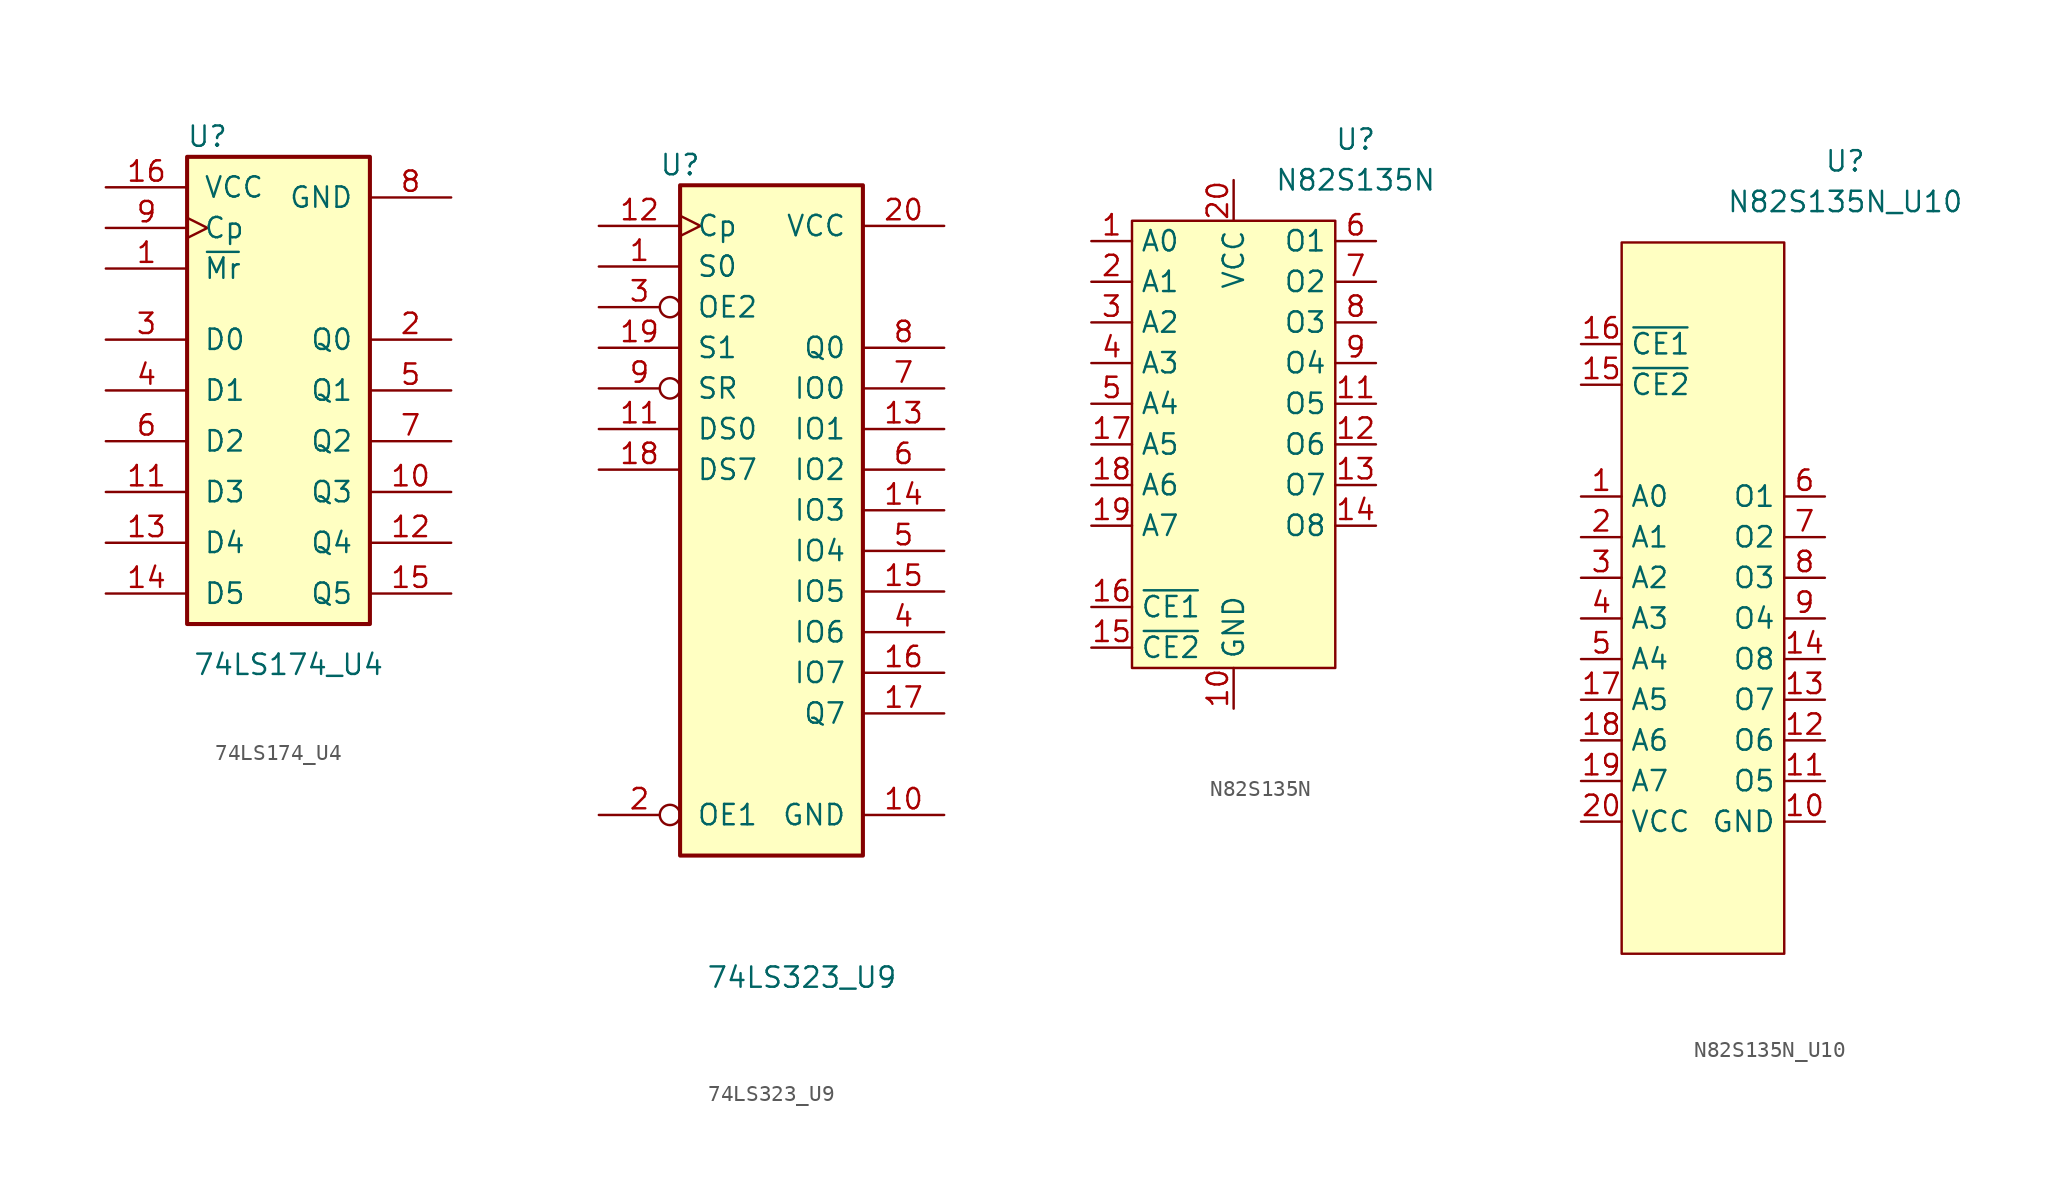
<source format=kicad_sym>
(kicad_symbol_lib
  (version 20211014)
  (generator kicad_symbol_editor)
  (symbol "74LS174_U4"
    (pin_names
      (offset 1.016))
    (property "Reference" "U"
      (at -6.35 13.97 0)
      (effects (font (size 1.27 1.27))))
    (property "Value" "74LS174_U4"
      (at -1.27 -19.05 0)
      (effects (font (size 1.27 1.27))))
    (symbol "74LS174_U4_1_0"
      (pin input line (at -12.7 5.715 0) (length 5.08) (name "~{Mr}" (effects (font (size 1.27 1.27)))) (number "1" (effects (font (size 1.27 1.27)))))
      (pin output line (at 8.89 -8.255 180) (length 5.08) (name "Q3" (effects (font (size 1.27 1.27)))) (number "10" (effects (font (size 1.27 1.27)))))
      (pin input line (at -12.7 -8.255 0) (length 5.08) (name "D3" (effects (font (size 1.27 1.27)))) (number "11" (effects (font (size 1.27 1.27)))))
      (pin output line (at 8.89 -11.43 180) (length 5.08) (name "Q4" (effects (font (size 1.27 1.27)))) (number "12" (effects (font (size 1.27 1.27)))))
      (pin input line (at -12.7 -11.43 0) (length 5.08) (name "D4" (effects (font (size 1.27 1.27)))) (number "13" (effects (font (size 1.27 1.27)))))
      (pin input line (at -12.7 -14.605 0) (length 5.08) (name "D5" (effects (font (size 1.27 1.27)))) (number "14" (effects (font (size 1.27 1.27)))))
      (pin output line (at 8.89 -14.605 180) (length 5.08) (name "Q5" (effects (font (size 1.27 1.27)))) (number "15" (effects (font (size 1.27 1.27)))))
      (pin power_in line (at -12.7 10.795 0) (length 5.08) (name "VCC" (effects (font (size 1.27 1.27)))) (number "16" (effects (font (size 1.27 1.27)))))
      (pin output line (at 8.89 1.27 180) (length 5.08) (name "Q0" (effects (font (size 1.27 1.27)))) (number "2" (effects (font (size 1.27 1.27)))))
      (pin input line (at -12.7 1.27 0) (length 5.08) (name "D0" (effects (font (size 1.27 1.27)))) (number "3" (effects (font (size 1.27 1.27)))))
      (pin input line (at -12.7 -1.905 0) (length 5.08) (name "D1" (effects (font (size 1.27 1.27)))) (number "4" (effects (font (size 1.27 1.27)))))
      (pin output line (at 8.89 -1.905 180) (length 5.08) (name "Q1" (effects (font (size 1.27 1.27)))) (number "5" (effects (font (size 1.27 1.27)))))
      (pin input line (at -12.7 -5.08 0) (length 5.08) (name "D2" (effects (font (size 1.27 1.27)))) (number "6" (effects (font (size 1.27 1.27)))))
      (pin output line (at 8.89 -5.08 180) (length 5.08) (name "Q2" (effects (font (size 1.27 1.27)))) (number "7" (effects (font (size 1.27 1.27)))))
      (pin power_in line (at 8.89 10.16 180) (length 5.08) (name "GND" (effects (font (size 1.27 1.27)))) (number "8" (effects (font (size 1.27 1.27)))))
      (pin input clock (at -12.7 8.255 0) (length 5.08) (name "Cp" (effects (font (size 1.27 1.27)))) (number "9" (effects (font (size 1.27 1.27))))))
    (symbol "74LS174_U4_1_1"
      (rectangle (start -7.62 12.7) (end 3.81 -16.51) (stroke (width 0.254) (type default) (color 0 0 0 0)) (fill (type background)))))
  (symbol "74LS323_U9"
    (pin_names
      (offset 1.016))
    (property "Reference" "U"
      (at -7.62 16.51 0)
      (effects (font (size 1.27 1.27))))
    (property "Value" "74LS323_U9"
      (at 0 -34.29 0)
      (effects (font (size 1.27 1.27))))
    (property "ki_locked" ""
      (at 0 0 0)
      (effects (font (size 1.27 1.27))))
    (symbol "74LS323_U9_1_0"
      (pin input line (at -12.7 10.16 0) (length 5.08) (name "S0" (effects (font (size 1.27 1.27)))) (number "1" (effects (font (size 1.27 1.27)))))
      (pin power_in line (at 8.89 -24.13 180) (length 5.08) (name "GND" (effects (font (size 1.27 1.27)))) (number "10" (effects (font (size 1.27 1.27)))))
      (pin input line (at -12.7 0 0) (length 5.08) (name "DS0" (effects (font (size 1.27 1.27)))) (number "11" (effects (font (size 1.27 1.27)))))
      (pin input clock (at -12.7 12.7 0) (length 5.08) (name "Cp" (effects (font (size 1.27 1.27)))) (number "12" (effects (font (size 1.27 1.27)))))
      (pin tri_state line (at 8.89 0 180) (length 5.08) (name "IO1" (effects (font (size 1.27 1.27)))) (number "13" (effects (font (size 1.27 1.27)))))
      (pin tri_state line (at 8.89 -5.08 180) (length 5.08) (name "IO3" (effects (font (size 1.27 1.27)))) (number "14" (effects (font (size 1.27 1.27)))))
      (pin tri_state line (at 8.89 -10.16 180) (length 5.08) (name "IO5" (effects (font (size 1.27 1.27)))) (number "15" (effects (font (size 1.27 1.27)))))
      (pin tri_state line (at 8.89 -15.24 180) (length 5.08) (name "IO7" (effects (font (size 1.27 1.27)))) (number "16" (effects (font (size 1.27 1.27)))))
      (pin output line (at 8.89 -17.78 180) (length 5.08) (name "Q7" (effects (font (size 1.27 1.27)))) (number "17" (effects (font (size 1.27 1.27)))))
      (pin input line (at -12.7 -2.54 0) (length 5.08) (name "DS7" (effects (font (size 1.27 1.27)))) (number "18" (effects (font (size 1.27 1.27)))))
      (pin input line (at -12.7 5.08 0) (length 5.08) (name "S1" (effects (font (size 1.27 1.27)))) (number "19" (effects (font (size 1.27 1.27)))))
      (pin input inverted (at -12.7 -24.13 0) (length 5.08) (name "OE1" (effects (font (size 1.27 1.27)))) (number "2" (effects (font (size 1.27 1.27)))))
      (pin power_in line (at 8.89 12.7 180) (length 5.08) (name "VCC" (effects (font (size 1.27 1.27)))) (number "20" (effects (font (size 1.27 1.27)))))
      (pin input inverted (at -12.7 7.62 0) (length 5.08) (name "OE2" (effects (font (size 1.27 1.27)))) (number "3" (effects (font (size 1.27 1.27)))))
      (pin tri_state line (at 8.89 -12.7 180) (length 5.08) (name "IO6" (effects (font (size 1.27 1.27)))) (number "4" (effects (font (size 1.27 1.27)))))
      (pin tri_state line (at 8.89 -7.62 180) (length 5.08) (name "IO4" (effects (font (size 1.27 1.27)))) (number "5" (effects (font (size 1.27 1.27)))))
      (pin tri_state line (at 8.89 -2.54 180) (length 5.08) (name "IO2" (effects (font (size 1.27 1.27)))) (number "6" (effects (font (size 1.27 1.27)))))
      (pin tri_state line (at 8.89 2.54 180) (length 5.08) (name "IO0" (effects (font (size 1.27 1.27)))) (number "7" (effects (font (size 1.27 1.27)))))
      (pin output line (at 8.89 5.08 180) (length 5.08) (name "Q0" (effects (font (size 1.27 1.27)))) (number "8" (effects (font (size 1.27 1.27)))))
      (pin input inverted (at -12.7 2.54 0) (length 5.08) (name "SR" (effects (font (size 1.27 1.27)))) (number "9" (effects (font (size 1.27 1.27))))))
    (symbol "74LS323_U9_1_1"
      (rectangle (start -7.62 15.24) (end 3.81 -26.67) (stroke (width 0.254) (type default) (color 0 0 0 0)) (fill (type background)))))
  (symbol "N82S135N"
    (property "Reference" "U"
      (at 7.62 17.78 0)
      (effects (font (size 1.27 1.27))))
    (property "Value" "N82S135N"
      (at 7.62 15.24 0)
      (effects (font (size 1.27 1.27))))
    (symbol "N82S135N_0_1"
      (rectangle (start -6.35 12.7) (end 6.35 -15.24) (stroke (width 0) (type default) (color 0 0 0 0)) (fill (type background))))
    (symbol "N82S135N_1_1"
      (pin input line (at -8.89 11.43 0) (length 2.54) (name "A0" (effects (font (size 1.27 1.27)))) (number "1" (effects (font (size 1.27 1.27)))))
      (pin power_in line (at 0 -17.78 90) (length 2.54) (name "GND" (effects (font (size 1.27 1.27)))) (number "10" (effects (font (size 1.27 1.27)))))
      (pin output line (at 8.89 1.27 180) (length 2.54) (name "O5" (effects (font (size 1.27 1.27)))) (number "11" (effects (font (size 1.27 1.27)))))
      (pin output line (at 8.89 -1.27 180) (length 2.54) (name "O6" (effects (font (size 1.27 1.27)))) (number "12" (effects (font (size 1.27 1.27)))))
      (pin output line (at 8.89 -3.81 180) (length 2.54) (name "O7" (effects (font (size 1.27 1.27)))) (number "13" (effects (font (size 1.27 1.27)))))
      (pin output line (at 8.89 -6.35 180) (length 2.54) (name "O8" (effects (font (size 1.27 1.27)))) (number "14" (effects (font (size 1.27 1.27)))))
      (pin input line (at -8.89 -13.97 0) (length 2.54) (name "~{CE2}" (effects (font (size 1.27 1.27)))) (number "15" (effects (font (size 1.27 1.27)))))
      (pin input line (at -8.89 -11.43 0) (length 2.54) (name "~{CE1}" (effects (font (size 1.27 1.27)))) (number "16" (effects (font (size 1.27 1.27)))))
      (pin input line (at -8.89 -1.27 0) (length 2.54) (name "A5" (effects (font (size 1.27 1.27)))) (number "17" (effects (font (size 1.27 1.27)))))
      (pin input line (at -8.89 -3.81 0) (length 2.54) (name "A6" (effects (font (size 1.27 1.27)))) (number "18" (effects (font (size 1.27 1.27)))))
      (pin input line (at -8.89 -6.35 0) (length 2.54) (name "A7" (effects (font (size 1.27 1.27)))) (number "19" (effects (font (size 1.27 1.27)))))
      (pin input line (at -8.89 8.89 0) (length 2.54) (name "A1" (effects (font (size 1.27 1.27)))) (number "2" (effects (font (size 1.27 1.27)))))
      (pin power_in line (at 0 15.24 270) (length 2.54) (name "VCC" (effects (font (size 1.27 1.27)))) (number "20" (effects (font (size 1.27 1.27)))))
      (pin input line (at -8.89 6.35 0) (length 2.54) (name "A2" (effects (font (size 1.27 1.27)))) (number "3" (effects (font (size 1.27 1.27)))))
      (pin input line (at -8.89 3.81 0) (length 2.54) (name "A3" (effects (font (size 1.27 1.27)))) (number "4" (effects (font (size 1.27 1.27)))))
      (pin input line (at -8.89 1.27 0) (length 2.54) (name "A4" (effects (font (size 1.27 1.27)))) (number "5" (effects (font (size 1.27 1.27)))))
      (pin output line (at 8.89 11.43 180) (length 2.54) (name "O1" (effects (font (size 1.27 1.27)))) (number "6" (effects (font (size 1.27 1.27)))))
      (pin output line (at 8.89 8.89 180) (length 2.54) (name "O2" (effects (font (size 1.27 1.27)))) (number "7" (effects (font (size 1.27 1.27)))))
      (pin output line (at 8.89 6.35 180) (length 2.54) (name "O3" (effects (font (size 1.27 1.27)))) (number "8" (effects (font (size 1.27 1.27)))))
      (pin output line (at 8.89 3.81 180) (length 2.54) (name "O4" (effects (font (size 1.27 1.27)))) (number "9" (effects (font (size 1.27 1.27)))))))
  (symbol "N82S135N_U10"
    (property "Reference" "U"
      (at 7.62 17.78 0)
      (effects (font (size 1.27 1.27))))
    (property "Value" "N82S135N_U10"
      (at 7.62 15.24 0)
      (effects (font (size 1.27 1.27))))
    (symbol "N82S135N_U10_0_1"
      (rectangle (start -6.35 12.7) (end 3.81 -31.75) (stroke (width 0) (type default) (color 0 0 0 0)) (fill (type background))))
    (symbol "N82S135N_U10_1_1"
      (pin input line (at -8.89 -3.175 0) (length 2.54) (name "A0" (effects (font (size 1.27 1.27)))) (number "1" (effects (font (size 1.27 1.27)))))
      (pin power_in line (at 6.35 -23.495 180) (length 2.54) (name "GND" (effects (font (size 1.27 1.27)))) (number "10" (effects (font (size 1.27 1.27)))))
      (pin output line (at 6.35 -20.955 180) (length 2.54) (name "O5" (effects (font (size 1.27 1.27)))) (number "11" (effects (font (size 1.27 1.27)))))
      (pin output line (at 6.35 -18.415 180) (length 2.54) (name "O6" (effects (font (size 1.27 1.27)))) (number "12" (effects (font (size 1.27 1.27)))))
      (pin output line (at 6.35 -15.875 180) (length 2.54) (name "O7" (effects (font (size 1.27 1.27)))) (number "13" (effects (font (size 1.27 1.27)))))
      (pin output line (at 6.35 -13.335 180) (length 2.54) (name "O8" (effects (font (size 1.27 1.27)))) (number "14" (effects (font (size 1.27 1.27)))))
      (pin input line (at -8.89 3.81 0) (length 2.54) (name "~{CE2}" (effects (font (size 1.27 1.27)))) (number "15" (effects (font (size 1.27 1.27)))))
      (pin input line (at -8.89 6.35 0) (length 2.54) (name "~{CE1}" (effects (font (size 1.27 1.27)))) (number "16" (effects (font (size 1.27 1.27)))))
      (pin input line (at -8.89 -15.875 0) (length 2.54) (name "A5" (effects (font (size 1.27 1.27)))) (number "17" (effects (font (size 1.27 1.27)))))
      (pin input line (at -8.89 -18.415 0) (length 2.54) (name "A6" (effects (font (size 1.27 1.27)))) (number "18" (effects (font (size 1.27 1.27)))))
      (pin input line (at -8.89 -20.955 0) (length 2.54) (name "A7" (effects (font (size 1.27 1.27)))) (number "19" (effects (font (size 1.27 1.27)))))
      (pin input line (at -8.89 -5.715 0) (length 2.54) (name "A1" (effects (font (size 1.27 1.27)))) (number "2" (effects (font (size 1.27 1.27)))))
      (pin power_in line (at -8.89 -23.495 0) (length 2.54) (name "VCC" (effects (font (size 1.27 1.27)))) (number "20" (effects (font (size 1.27 1.27)))))
      (pin input line (at -8.89 -8.255 0) (length 2.54) (name "A2" (effects (font (size 1.27 1.27)))) (number "3" (effects (font (size 1.27 1.27)))))
      (pin input line (at -8.89 -10.795 0) (length 2.54) (name "A3" (effects (font (size 1.27 1.27)))) (number "4" (effects (font (size 1.27 1.27)))))
      (pin input line (at -8.89 -13.335 0) (length 2.54) (name "A4" (effects (font (size 1.27 1.27)))) (number "5" (effects (font (size 1.27 1.27)))))
      (pin output line (at 6.35 -3.175 180) (length 2.54) (name "O1" (effects (font (size 1.27 1.27)))) (number "6" (effects (font (size 1.27 1.27)))))
      (pin output line (at 6.35 -5.715 180) (length 2.54) (name "O2" (effects (font (size 1.27 1.27)))) (number "7" (effects (font (size 1.27 1.27)))))
      (pin output line (at 6.35 -8.255 180) (length 2.54) (name "O3" (effects (font (size 1.27 1.27)))) (number "8" (effects (font (size 1.27 1.27)))))
      (pin output line (at 6.35 -10.795 180) (length 2.54) (name "O4" (effects (font (size 1.27 1.27)))) (number "9" (effects (font (size 1.27 1.27))))))))
</source>
